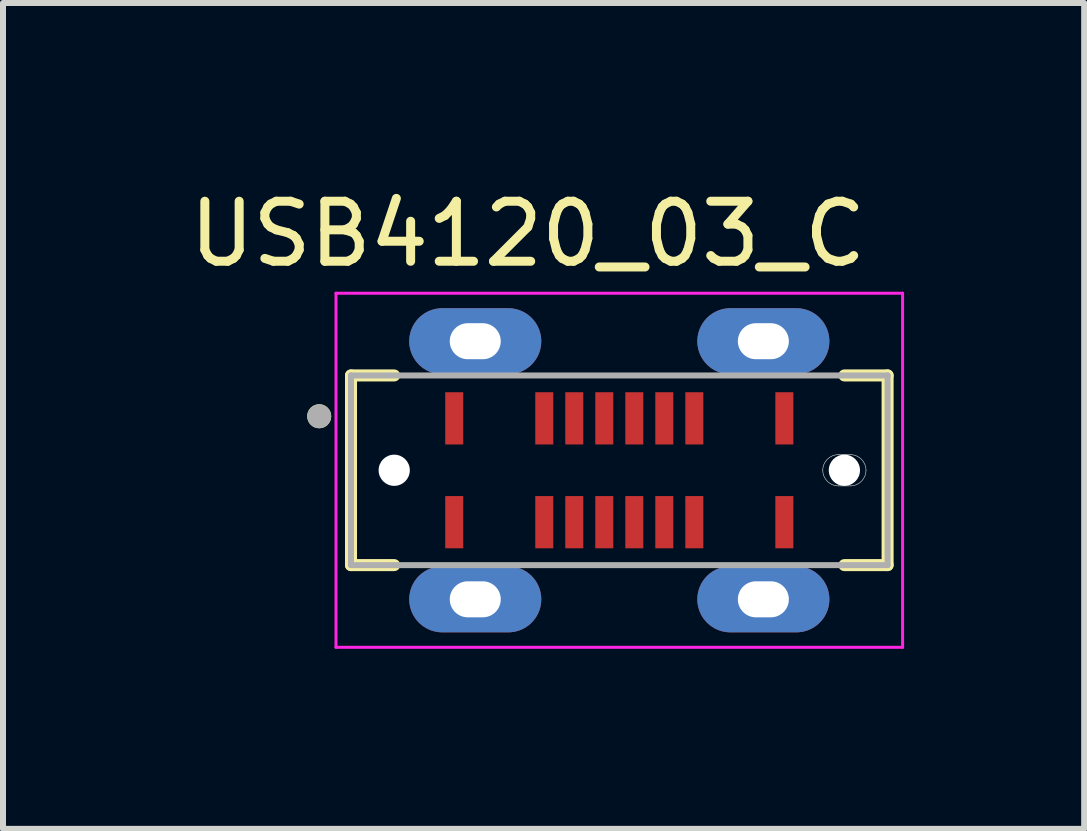
<source format=kicad_pcb>
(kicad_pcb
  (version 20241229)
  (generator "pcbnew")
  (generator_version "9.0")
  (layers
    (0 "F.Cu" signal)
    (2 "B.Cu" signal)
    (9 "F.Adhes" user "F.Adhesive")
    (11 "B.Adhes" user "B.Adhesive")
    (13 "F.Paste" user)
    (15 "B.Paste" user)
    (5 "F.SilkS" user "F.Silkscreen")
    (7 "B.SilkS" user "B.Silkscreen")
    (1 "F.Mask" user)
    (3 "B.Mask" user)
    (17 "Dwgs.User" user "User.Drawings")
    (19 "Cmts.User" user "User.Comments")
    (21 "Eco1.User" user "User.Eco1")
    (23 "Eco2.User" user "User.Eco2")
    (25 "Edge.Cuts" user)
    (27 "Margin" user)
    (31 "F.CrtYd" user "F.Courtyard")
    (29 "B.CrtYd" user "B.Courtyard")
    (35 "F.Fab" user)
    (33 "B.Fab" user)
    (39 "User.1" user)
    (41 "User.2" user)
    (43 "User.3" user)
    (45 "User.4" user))
  (footprint "USB4120_03_C"
    (layer "F.Cu")
    (at 7.268 4.785)
    (property "Reference" "USB4120_03_C" (at -1.524 -3.937 0) (layer "F.SilkS") (effects (font (size 1 1) (thickness 0.15))))
    (attr smd)
    (fp_line (start -4.47 -1.58) (end -4.47 1.58) (stroke (width 0.2) (type solid)) (layer "F.SilkS"))
    (fp_line (start -4.47 1.58) (end -3.75 1.58) (stroke (width 0.2) (type solid)) (layer "F.SilkS"))
    (fp_line (start -3.75 -1.58) (end -4.47 -1.58) (stroke (width 0.2) (type solid)) (layer "F.SilkS"))
    (fp_line (start 3.75 -1.58) (end 4.47 -1.58) (stroke (width 0.2) (type solid)) (layer "F.SilkS"))
    (fp_line (start 4.47 -1.58) (end 4.47 1.58) (stroke (width 0.2) (type solid)) (layer "F.SilkS"))
    (fp_line (start 4.47 1.58) (end 3.75 1.58) (stroke (width 0.2) (type solid)) (layer "F.SilkS"))
    (fp_circle (center -5 -0.9) (end -4.9 -0.9) (stroke (width 0.2) (type solid)) (fill no) (layer "F.SilkS"))
    (fp_line (start 3.65 -0.26) (end 3.85 -0.26) (stroke (width 0.01) (type solid)) (layer "Edge.Cuts"))
    (fp_line (start 3.85 0.26) (end 3.65 0.26) (stroke (width 0.01) (type solid)) (layer "Edge.Cuts"))
    (fp_arc (start 3.39 0) (mid 3.466152 -0.183848) (end 3.65 -0.26) (stroke (width 0.01) (type solid)) (layer "Edge.Cuts"))
    (fp_arc (start 3.65 0.26) (mid 3.466152 0.183848) (end 3.39 0) (stroke (width 0.01) (type solid)) (layer "Edge.Cuts"))
    (fp_arc (start 3.85 -0.26) (mid 4.033848 -0.183848) (end 4.11 0) (stroke (width 0.01) (type solid)) (layer "Edge.Cuts"))
    (fp_arc (start 4.11 0) (mid 4.033848 0.183848) (end 3.85 0.26) (stroke (width 0.01) (type solid)) (layer "Edge.Cuts"))
    (fp_line (start -4.72 -2.95) (end 4.72 -2.95) (stroke (width 0.05) (type solid)) (layer "F.CrtYd"))
    (fp_line (start -4.72 2.95) (end -4.72 -2.95) (stroke (width 0.05) (type solid)) (layer "F.CrtYd"))
    (fp_line (start 4.72 -2.95) (end 4.72 2.95) (stroke (width 0.05) (type solid)) (layer "F.CrtYd"))
    (fp_line (start 4.72 2.95) (end -4.72 2.95) (stroke (width 0.05) (type solid)) (layer "F.CrtYd"))
    (fp_line (start -4.47 -1.58) (end 4.47 -1.58) (stroke (width 0.1) (type solid)) (layer "F.Fab"))
    (fp_line (start -4.47 1.58) (end -4.47 -1.58) (stroke (width 0.1) (type solid)) (layer "F.Fab"))
    (fp_line (start 4.47 -1.58) (end 4.47 1.58) (stroke (width 0.1) (type solid)) (layer "F.Fab"))
    (fp_line (start 4.47 1.58) (end -4.47 1.58) (stroke (width 0.1) (type solid)) (layer "F.Fab"))
    (fp_circle (center -5 -0.9) (end -4.9 -0.9) (stroke (width 0.2) (type solid)) (fill no) (layer "F.Fab"))
    (pad "" np_thru_hole circle (at -3.75 0) (size 0.52 0.52) (drill 0.52) (layers "*.Cu" "*.Mask"))
    (pad "" np_thru_hole circle (at 3.75 0) (size 0.52 0.52) (drill 0.52) (layers "*.Cu" "*.Mask"))
    (pad "A1" smd rect (at -2.75 -0.865) (size 0.3 0.87) (layers "F.Cu" "F.Mask" "F.Paste"))
    (pad "A4" smd rect (at -1.25 -0.865) (size 0.3 0.87) (layers "F.Cu" "F.Mask" "F.Paste"))
    (pad "A5" smd rect (at -0.75 -0.865) (size 0.3 0.87) (layers "F.Cu" "F.Mask" "F.Paste"))
    (pad "A6" smd rect (at -0.25 -0.865) (size 0.3 0.87) (layers "F.Cu" "F.Mask" "F.Paste"))
    (pad "A7" smd rect (at 0.25 -0.865) (size 0.3 0.87) (layers "F.Cu" "F.Mask" "F.Paste"))
    (pad "A8" smd rect (at 0.75 -0.865) (size 0.3 0.87) (layers "F.Cu" "F.Mask" "F.Paste"))
    (pad "A9" smd rect (at 1.25 -0.865) (size 0.3 0.87) (layers "F.Cu" "F.Mask" "F.Paste"))
    (pad "A12" smd rect (at 2.75 -0.865) (size 0.3 0.87) (layers "F.Cu" "F.Mask" "F.Paste"))
    (pad "B1" smd rect (at 2.75 0.865) (size 0.3 0.87) (layers "F.Cu" "F.Mask" "F.Paste"))
    (pad "B4" smd rect (at 1.25 0.865) (size 0.3 0.87) (layers "F.Cu" "F.Mask" "F.Paste"))
    (pad "B5" smd rect (at 0.75 0.865) (size 0.3 0.87) (layers "F.Cu" "F.Mask" "F.Paste"))
    (pad "B6" smd rect (at 0.25 0.865) (size 0.3 0.87) (layers "F.Cu" "F.Mask" "F.Paste"))
    (pad "B7" smd rect (at -0.25 0.865) (size 0.3 0.87) (layers "F.Cu" "F.Mask" "F.Paste"))
    (pad "B8" smd rect (at -0.75 0.865) (size 0.3 0.87) (layers "F.Cu" "F.Mask" "F.Paste"))
    (pad "B9" smd rect (at -1.25 0.865) (size 0.3 0.87) (layers "F.Cu" "F.Mask" "F.Paste"))
    (pad "B12" smd rect (at -2.75 0.865) (size 0.3 0.87) (layers "F.Cu" "F.Mask" "F.Paste"))
    (pad "S1" thru_hole oval (at -2.4 -2.15) (size 2.2 1.1) (drill oval 0.85 0.6) (layers "*.Cu" "*.Mask"))
    (pad "S2" thru_hole oval (at -2.4 2.15) (size 2.2 1.1) (drill oval 0.85 0.6) (layers "*.Cu" "*.Mask"))
    (pad "S3" thru_hole oval (at 2.4 -2.15) (size 2.2 1.1) (drill oval 0.85 0.6) (layers "*.Cu" "*.Mask"))
    (pad "S4" thru_hole oval (at 2.4 2.15) (size 2.2 1.1) (drill oval 0.85 0.6) (layers "*.Cu" "*.Mask")))
  (gr_rect
    (start -3 -3)
    (end 15.013 10.76)
    (stroke (width 0.1) (type default))
    (fill no)
    (layer "Edge.Cuts")))
</source>
